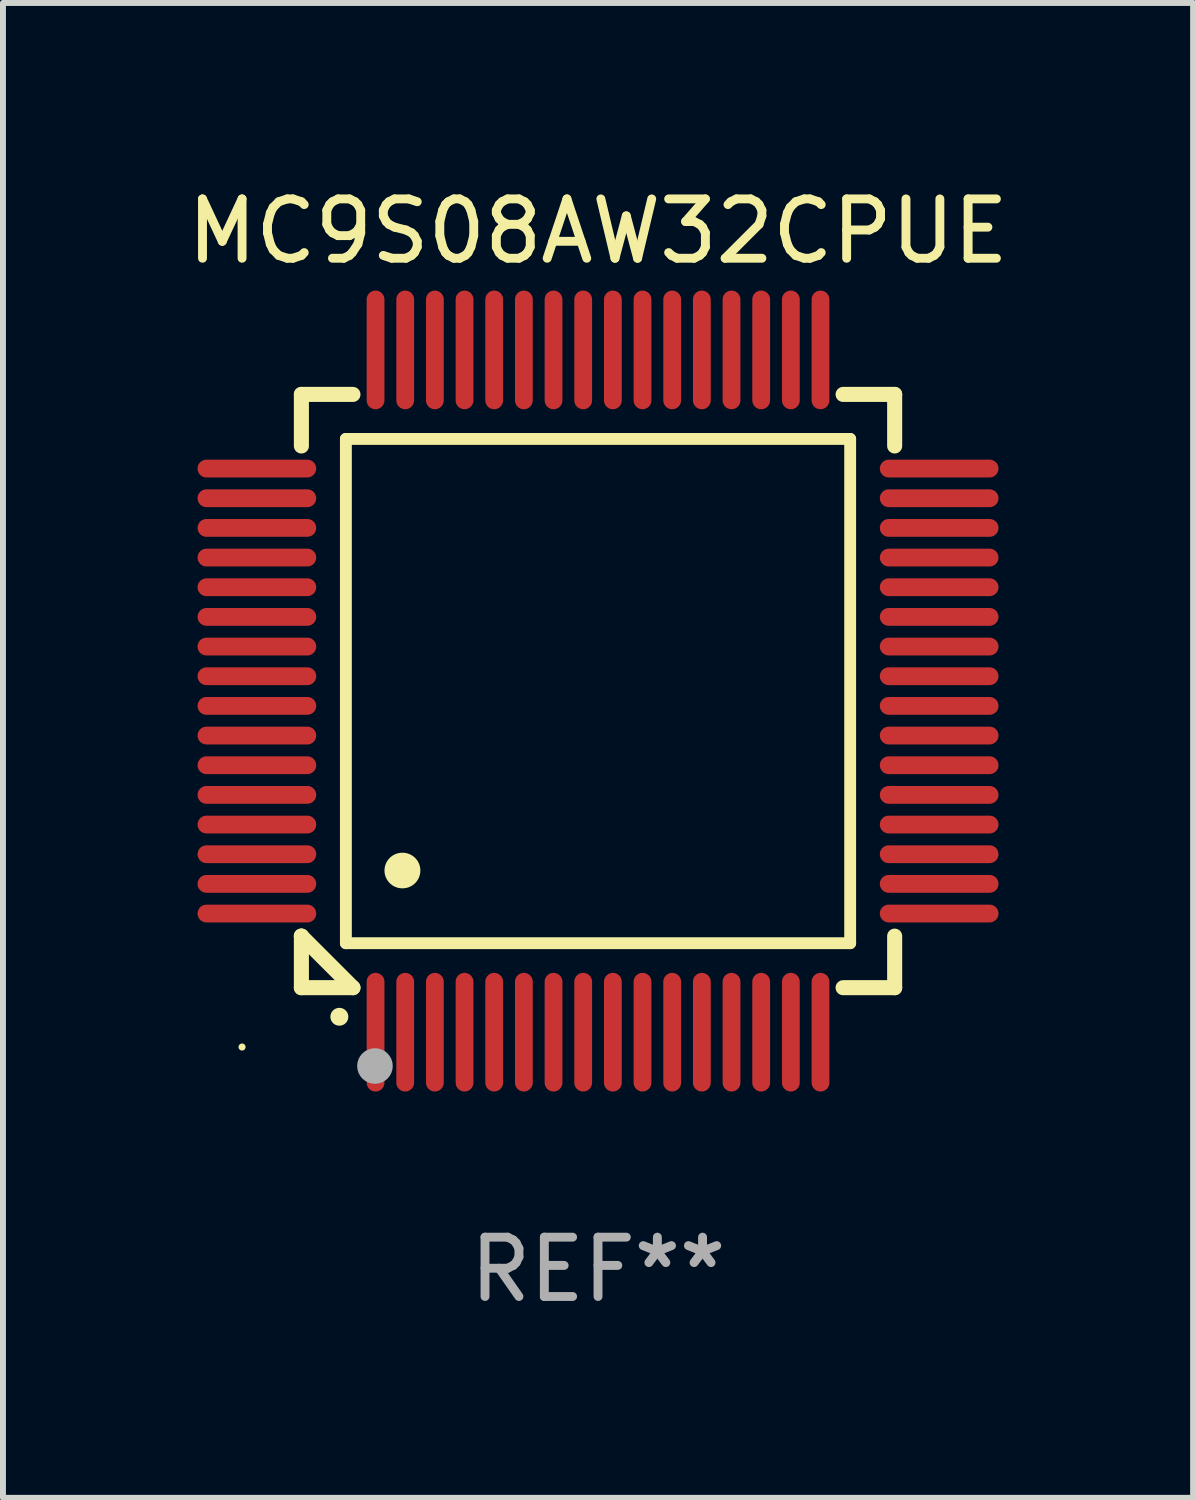
<source format=kicad_pcb>
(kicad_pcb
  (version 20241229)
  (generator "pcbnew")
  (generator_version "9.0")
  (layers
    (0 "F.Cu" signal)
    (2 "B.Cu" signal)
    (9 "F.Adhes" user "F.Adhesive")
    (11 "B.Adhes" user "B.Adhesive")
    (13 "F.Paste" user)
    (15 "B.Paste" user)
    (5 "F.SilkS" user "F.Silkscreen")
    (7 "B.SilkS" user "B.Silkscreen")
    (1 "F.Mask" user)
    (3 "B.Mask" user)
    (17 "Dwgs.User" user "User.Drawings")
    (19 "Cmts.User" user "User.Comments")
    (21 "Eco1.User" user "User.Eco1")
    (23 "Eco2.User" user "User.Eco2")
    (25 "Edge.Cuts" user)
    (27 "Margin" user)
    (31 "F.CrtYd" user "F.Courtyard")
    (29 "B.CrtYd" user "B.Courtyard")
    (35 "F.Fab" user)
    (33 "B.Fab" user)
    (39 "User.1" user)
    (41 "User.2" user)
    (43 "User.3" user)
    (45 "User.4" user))
  (footprint "MC9S08AW32CPUE"
    (layer "F.Cu")
    (at 7.03 8.598)
    (property "Reference" "MC9S08AW32CPUE" (at 0 -7.75 0) (layer "F.SilkS") (effects (font (size 1 1) (thickness 0.15))))
    (attr through_hole)
    (fp_line (start -5 -5) (end -4.131 -5) (stroke (width 0.254) (type solid)) (layer "F.SilkS"))
    (fp_line (start -5 -4.131) (end -5 -5) (stroke (width 0.254) (type solid)) (layer "F.SilkS"))
    (fp_line (start -5 4.131) (end -5 4.131) (stroke (width 0.254) (type solid)) (layer "F.SilkS"))
    (fp_line (start -5 5) (end -5 4.131) (stroke (width 0.254) (type solid)) (layer "F.SilkS"))
    (fp_line (start -5 4.131) (end -4.131 5) (stroke (width 0.254) (type solid)) (layer "F.SilkS"))
    (fp_line (start -4.25 -4.25) (end -4.25 4.25) (stroke (width 0.2) (type solid)) (layer "F.SilkS"))
    (fp_line (start -4.25 4.25) (end 4.25 4.25) (stroke (width 0.2) (type solid)) (layer "F.SilkS"))
    (fp_line (start -4.131 5) (end -5 5) (stroke (width 0.254) (type solid)) (layer "F.SilkS"))
    (fp_line (start 4.25 -4.25) (end -4.25 -4.25) (stroke (width 0.2) (type solid)) (layer "F.SilkS"))
    (fp_line (start 4.25 4.25) (end 4.25 -4.25) (stroke (width 0.2) (type solid)) (layer "F.SilkS"))
    (fp_line (start 5 -5) (end 4.131 -5) (stroke (width 0.254) (type solid)) (layer "F.SilkS"))
    (fp_line (start 5 -5) (end 5 -4.131) (stroke (width 0.254) (type solid)) (layer "F.SilkS"))
    (fp_line (start 5 4.131) (end 5 5) (stroke (width 0.254) (type solid)) (layer "F.SilkS"))
    (fp_line (start 5 5) (end 4.131 5) (stroke (width 0.254) (type solid)) (layer "F.SilkS"))
    (fp_arc (start -4.361265 5.489992) (mid -4.359995 5.489987) (end -4.358725 5.489992) (stroke (width 0.3) (type solid)) (layer "F.SilkS"))
    (fp_arc (start -3.299467 3.025146) (mid -3.296927 3.025135) (end -3.294387 3.025146) (stroke (width 0.6) (type solid)) (layer "F.SilkS"))
    (fp_circle (center -6 6) (end -5.97 6) (stroke (width 0.06) (type solid)) (fill no) (layer "F.SilkS"))
    (fp_circle (center -3.76 6.32) (end -3.61 6.32) (stroke (width 0.3) (type solid)) (fill no) (layer "F.Fab"))
    (fp_text user "REF**" (at 0 9.75 0) (layer "F.Fab") (effects (font (size 1 1) (thickness 0.15))))
    (pad "1" smd oval (at -3.75 5.75) (size 0.3 2) (layers "F.Cu" "F.Mask" "F.Paste"))
    (pad "2" smd oval (at -3.25 5.75) (size 0.3 2) (layers "F.Cu" "F.Mask" "F.Paste"))
    (pad "3" smd oval (at -2.75 5.75) (size 0.3 2) (layers "F.Cu" "F.Mask" "F.Paste"))
    (pad "4" smd oval (at -2.25 5.75) (size 0.3 2) (layers "F.Cu" "F.Mask" "F.Paste"))
    (pad "5" smd oval (at -1.75 5.75) (size 0.3 2) (layers "F.Cu" "F.Mask" "F.Paste"))
    (pad "6" smd oval (at -1.25 5.75) (size 0.3 2) (layers "F.Cu" "F.Mask" "F.Paste"))
    (pad "7" smd oval (at -0.75 5.75) (size 0.3 2) (layers "F.Cu" "F.Mask" "F.Paste"))
    (pad "8" smd oval (at -0.25 5.75) (size 0.3 2) (layers "F.Cu" "F.Mask" "F.Paste"))
    (pad "9" smd oval (at 0.25 5.75) (size 0.3 2) (layers "F.Cu" "F.Mask" "F.Paste"))
    (pad "10" smd oval (at 0.75 5.75) (size 0.3 2) (layers "F.Cu" "F.Mask" "F.Paste"))
    (pad "11" smd oval (at 1.25 5.75) (size 0.3 2) (layers "F.Cu" "F.Mask" "F.Paste"))
    (pad "12" smd oval (at 1.75 5.75) (size 0.3 2) (layers "F.Cu" "F.Mask" "F.Paste"))
    (pad "13" smd oval (at 2.25 5.75) (size 0.3 2) (layers "F.Cu" "F.Mask" "F.Paste"))
    (pad "14" smd oval (at 2.75 5.75) (size 0.3 2) (layers "F.Cu" "F.Mask" "F.Paste"))
    (pad "15" smd oval (at 3.25 5.75) (size 0.3 2) (layers "F.Cu" "F.Mask" "F.Paste"))
    (pad "16" smd oval (at 3.75 5.75) (size 0.3 2) (layers "F.Cu" "F.Mask" "F.Paste"))
    (pad "17" smd oval (at 5.75 3.75) (size 2 0.3) (layers "F.Cu" "F.Mask" "F.Paste"))
    (pad "18" smd oval (at 5.75 3.25) (size 2 0.3) (layers "F.Cu" "F.Mask" "F.Paste"))
    (pad "19" smd oval (at 5.75 2.75) (size 2 0.3) (layers "F.Cu" "F.Mask" "F.Paste"))
    (pad "20" smd oval (at 5.75 2.25) (size 2 0.3) (layers "F.Cu" "F.Mask" "F.Paste"))
    (pad "21" smd oval (at 5.75 1.75) (size 2 0.3) (layers "F.Cu" "F.Mask" "F.Paste"))
    (pad "22" smd oval (at 5.75 1.25) (size 2 0.3) (layers "F.Cu" "F.Mask" "F.Paste"))
    (pad "23" smd oval (at 5.75 0.75) (size 2 0.3) (layers "F.Cu" "F.Mask" "F.Paste"))
    (pad "24" smd oval (at 5.75 0.25) (size 2 0.3) (layers "F.Cu" "F.Mask" "F.Paste"))
    (pad "25" smd oval (at 5.75 -0.25) (size 2 0.3) (layers "F.Cu" "F.Mask" "F.Paste"))
    (pad "26" smd oval (at 5.75 -0.75) (size 2 0.3) (layers "F.Cu" "F.Mask" "F.Paste"))
    (pad "27" smd oval (at 5.75 -1.25) (size 2 0.3) (layers "F.Cu" "F.Mask" "F.Paste"))
    (pad "28" smd oval (at 5.75 -1.75) (size 2 0.3) (layers "F.Cu" "F.Mask" "F.Paste"))
    (pad "29" smd oval (at 5.75 -2.25) (size 2 0.3) (layers "F.Cu" "F.Mask" "F.Paste"))
    (pad "30" smd oval (at 5.75 -2.75) (size 2 0.3) (layers "F.Cu" "F.Mask" "F.Paste"))
    (pad "31" smd oval (at 5.75 -3.25) (size 2 0.3) (layers "F.Cu" "F.Mask" "F.Paste"))
    (pad "32" smd oval (at 5.75 -3.75) (size 2 0.3) (layers "F.Cu" "F.Mask" "F.Paste"))
    (pad "33" smd oval (at 3.75 -5.75) (size 0.3 2) (layers "F.Cu" "F.Mask" "F.Paste"))
    (pad "34" smd oval (at 3.25 -5.75) (size 0.3 2) (layers "F.Cu" "F.Mask" "F.Paste"))
    (pad "35" smd oval (at 2.75 -5.75) (size 0.3 2) (layers "F.Cu" "F.Mask" "F.Paste"))
    (pad "36" smd oval (at 2.25 -5.75) (size 0.3 2) (layers "F.Cu" "F.Mask" "F.Paste"))
    (pad "37" smd oval (at 1.75 -5.75) (size 0.3 2) (layers "F.Cu" "F.Mask" "F.Paste"))
    (pad "38" smd oval (at 1.25 -5.75) (size 0.3 2) (layers "F.Cu" "F.Mask" "F.Paste"))
    (pad "39" smd oval (at 0.75 -5.75) (size 0.3 2) (layers "F.Cu" "F.Mask" "F.Paste"))
    (pad "40" smd oval (at 0.25 -5.75) (size 0.3 2) (layers "F.Cu" "F.Mask" "F.Paste"))
    (pad "41" smd oval (at -0.25 -5.75) (size 0.3 2) (layers "F.Cu" "F.Mask" "F.Paste"))
    (pad "42" smd oval (at -0.75 -5.75) (size 0.3 2) (layers "F.Cu" "F.Mask" "F.Paste"))
    (pad "43" smd oval (at -1.25 -5.75) (size 0.3 2) (layers "F.Cu" "F.Mask" "F.Paste"))
    (pad "44" smd oval (at -1.75 -5.75) (size 0.3 2) (layers "F.Cu" "F.Mask" "F.Paste"))
    (pad "45" smd oval (at -2.25 -5.75) (size 0.3 2) (layers "F.Cu" "F.Mask" "F.Paste"))
    (pad "46" smd oval (at -2.75 -5.75) (size 0.3 2) (layers "F.Cu" "F.Mask" "F.Paste"))
    (pad "47" smd oval (at -3.25 -5.75) (size 0.3 2) (layers "F.Cu" "F.Mask" "F.Paste"))
    (pad "48" smd oval (at -3.75 -5.75) (size 0.3 2) (layers "F.Cu" "F.Mask" "F.Paste"))
    (pad "49" smd oval (at -5.75 -3.75) (size 2 0.3) (layers "F.Cu" "F.Mask" "F.Paste"))
    (pad "50" smd oval (at -5.75 -3.25) (size 2 0.3) (layers "F.Cu" "F.Mask" "F.Paste"))
    (pad "51" smd oval (at -5.75 -2.75) (size 2 0.3) (layers "F.Cu" "F.Mask" "F.Paste"))
    (pad "52" smd oval (at -5.75 -2.25) (size 2 0.3) (layers "F.Cu" "F.Mask" "F.Paste"))
    (pad "53" smd oval (at -5.75 -1.75) (size 2 0.3) (layers "F.Cu" "F.Mask" "F.Paste"))
    (pad "54" smd oval (at -5.75 -1.25) (size 2 0.3) (layers "F.Cu" "F.Mask" "F.Paste"))
    (pad "55" smd oval (at -5.75 -0.75) (size 2 0.3) (layers "F.Cu" "F.Mask" "F.Paste"))
    (pad "56" smd oval (at -5.75 -0.25) (size 2 0.3) (layers "F.Cu" "F.Mask" "F.Paste"))
    (pad "57" smd oval (at -5.75 0.25) (size 2 0.3) (layers "F.Cu" "F.Mask" "F.Paste"))
    (pad "58" smd oval (at -5.75 0.75) (size 2 0.3) (layers "F.Cu" "F.Mask" "F.Paste"))
    (pad "59" smd oval (at -5.75 1.25) (size 2 0.3) (layers "F.Cu" "F.Mask" "F.Paste"))
    (pad "60" smd oval (at -5.75 1.75) (size 2 0.3) (layers "F.Cu" "F.Mask" "F.Paste"))
    (pad "61" smd oval (at -5.75 2.25) (size 2 0.3) (layers "F.Cu" "F.Mask" "F.Paste"))
    (pad "62" smd oval (at -5.75 2.75) (size 2 0.3) (layers "F.Cu" "F.Mask" "F.Paste"))
    (pad "63" smd oval (at -5.75 3.25) (size 2 0.3) (layers "F.Cu" "F.Mask" "F.Paste"))
    (pad "64" smd oval (at -5.75 3.75) (size 2 0.3) (layers "F.Cu" "F.Mask" "F.Paste")))
  (gr_rect
    (start -3 -3)
    (end 17.06 22.196)
    (stroke (width 0.1) (type default))
    (fill no)
    (layer "Edge.Cuts")))
</source>
